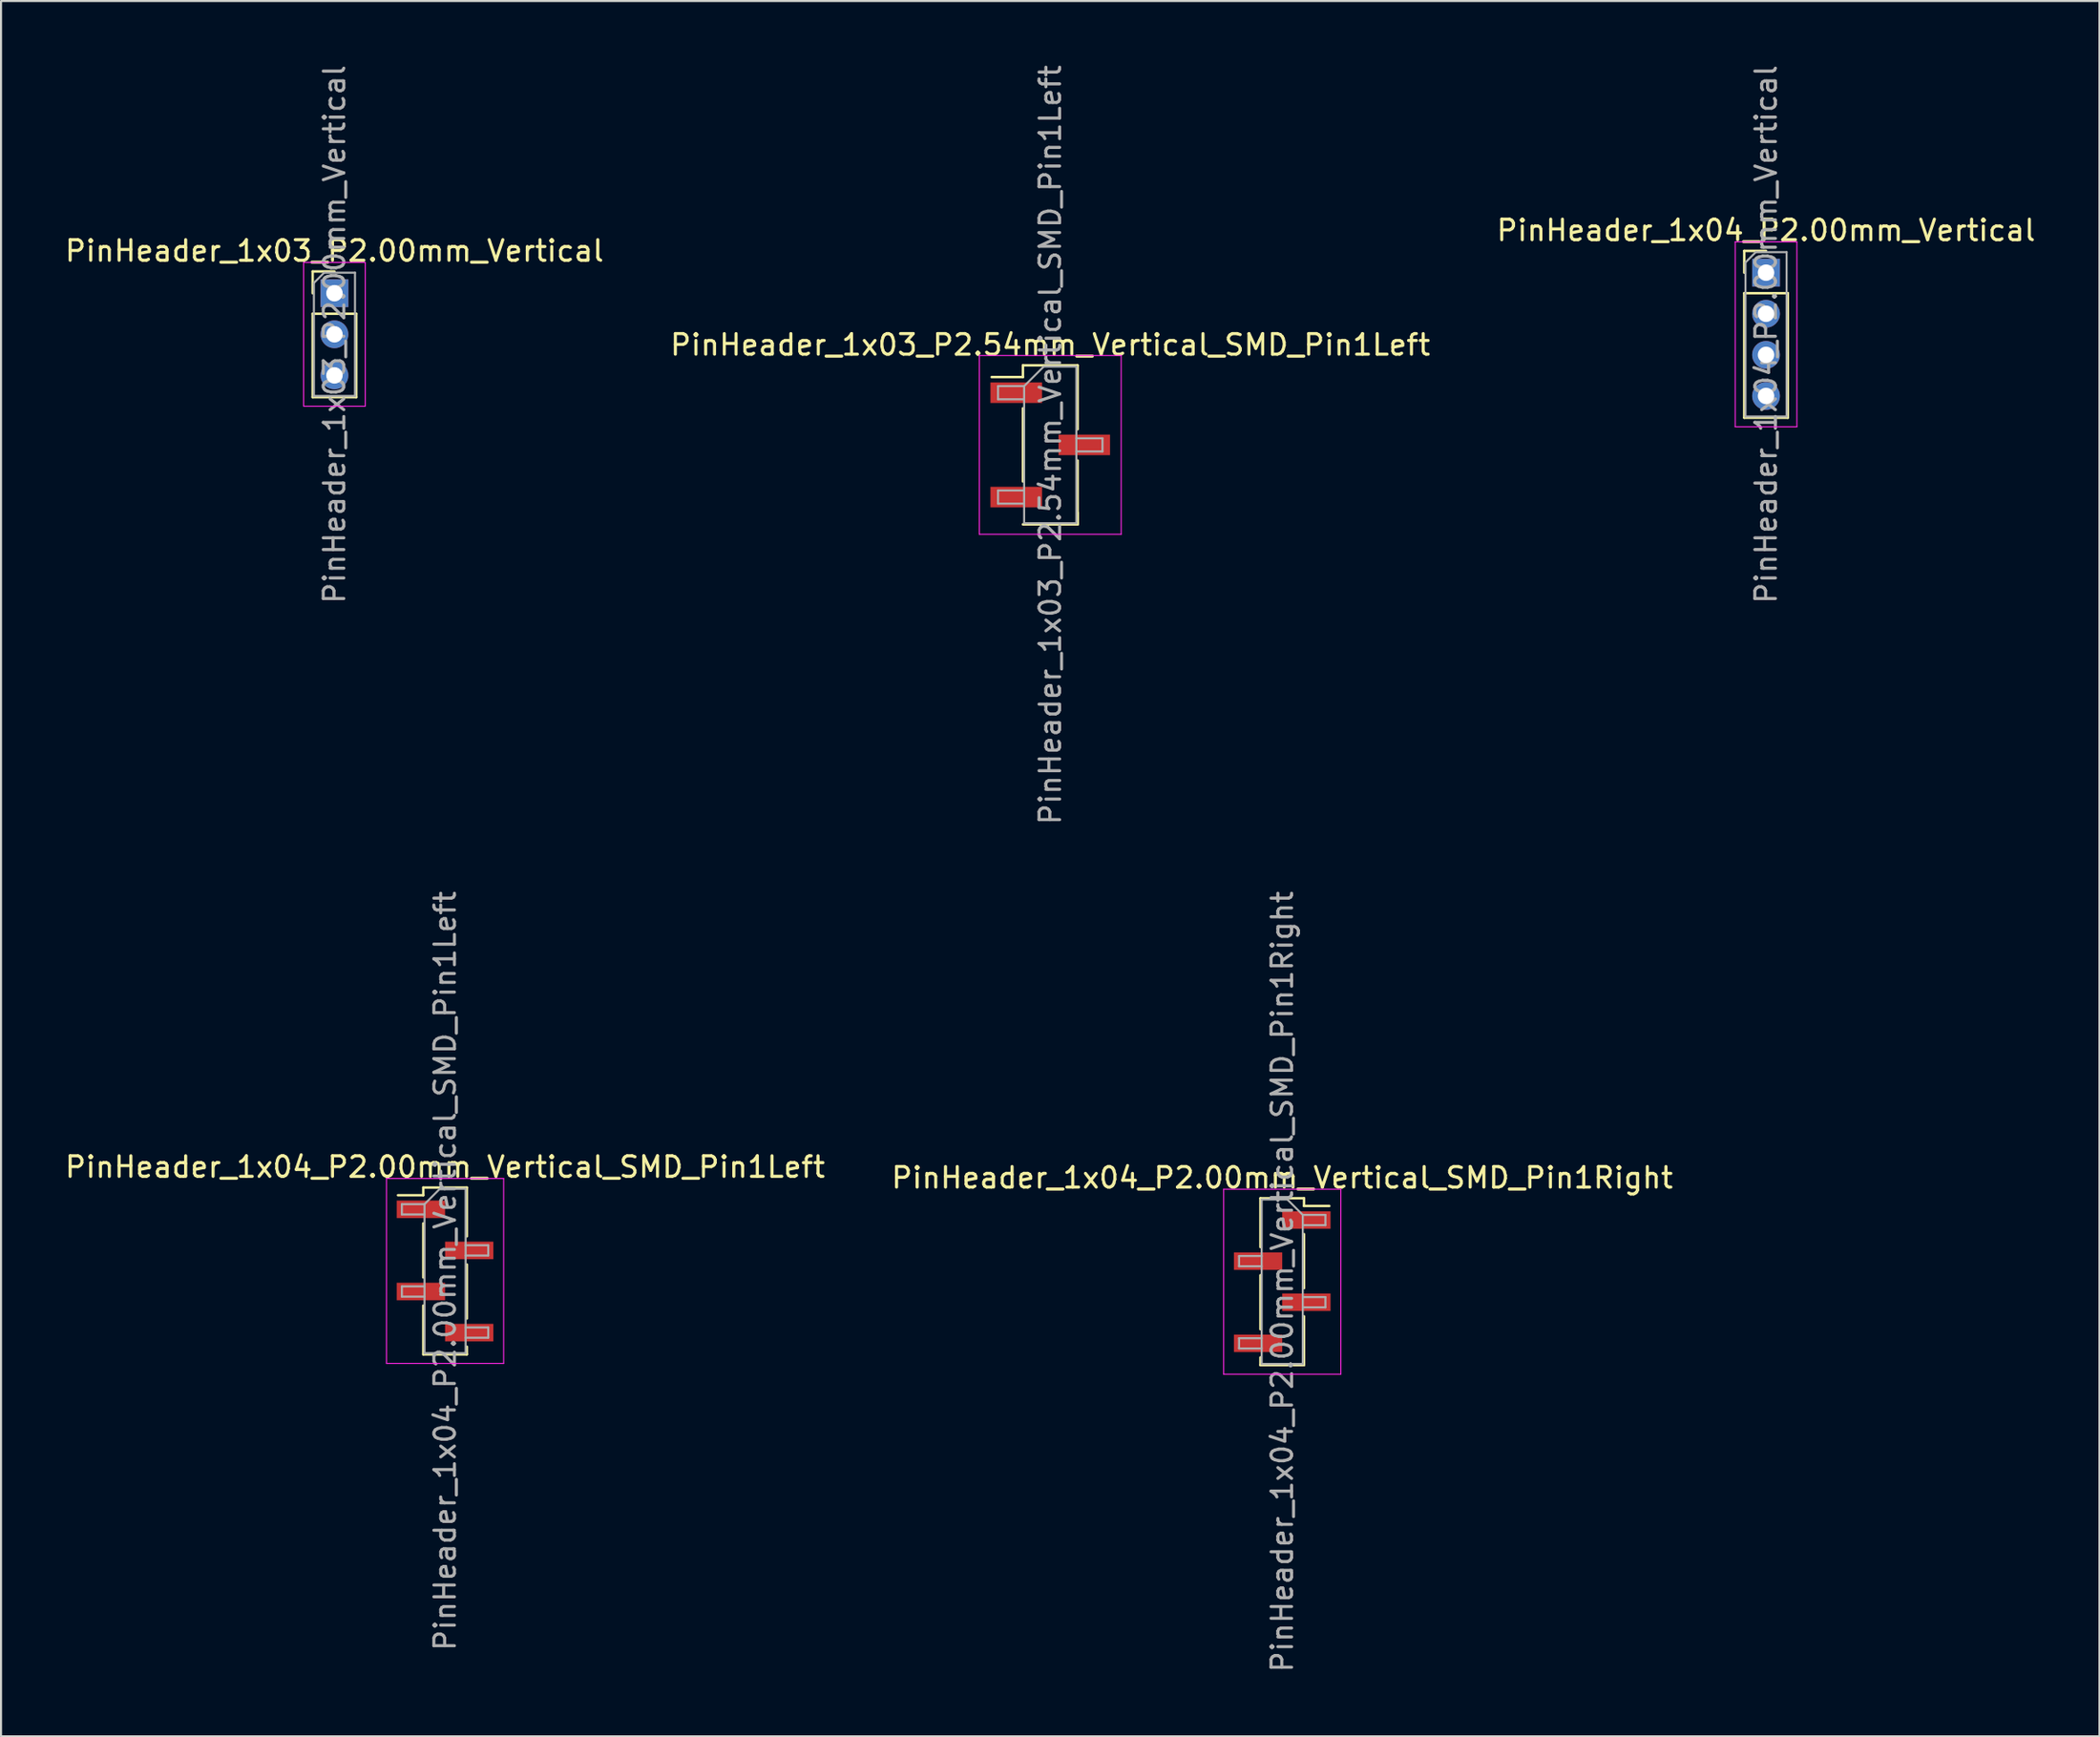
<source format=kicad_pcb>
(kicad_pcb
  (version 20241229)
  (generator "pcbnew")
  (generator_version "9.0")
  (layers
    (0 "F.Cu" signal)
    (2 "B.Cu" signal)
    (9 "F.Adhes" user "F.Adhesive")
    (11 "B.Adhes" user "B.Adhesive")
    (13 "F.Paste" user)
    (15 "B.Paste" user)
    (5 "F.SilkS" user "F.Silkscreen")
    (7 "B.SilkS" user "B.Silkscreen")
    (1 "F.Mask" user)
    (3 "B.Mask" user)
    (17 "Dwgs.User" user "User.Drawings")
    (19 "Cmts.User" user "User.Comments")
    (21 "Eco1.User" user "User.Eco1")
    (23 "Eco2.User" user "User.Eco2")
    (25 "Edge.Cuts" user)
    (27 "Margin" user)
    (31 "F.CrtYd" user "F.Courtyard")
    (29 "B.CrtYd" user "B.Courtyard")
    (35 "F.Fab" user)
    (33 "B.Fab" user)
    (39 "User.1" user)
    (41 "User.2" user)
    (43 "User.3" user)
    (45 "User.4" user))
  (footprint "PinHeader_1x03_P2.00mm_Vertical"
    (layer "F.Cu")
    (at 13.22 11.22)
    (property "Reference" "PinHeader_1x03_P2.00mm_Vertical" (at 0 -2.06 0) (layer "F.SilkS") (effects (font (size 1 1) (thickness 0.15))))
    (attr through_hole)
    (fp_line (start -1.06 -1.06) (end 0 -1.06) (stroke (width 0.12) (type solid)) (layer "F.SilkS"))
    (fp_line (start -1.06 0) (end -1.06 -1.06) (stroke (width 0.12) (type solid)) (layer "F.SilkS"))
    (fp_line (start -1.06 1) (end -1.06 5.06) (stroke (width 0.12) (type solid)) (layer "F.SilkS"))
    (fp_line (start -1.06 1) (end 1.06 1) (stroke (width 0.12) (type solid)) (layer "F.SilkS"))
    (fp_line (start -1.06 5.06) (end 1.06 5.06) (stroke (width 0.12) (type solid)) (layer "F.SilkS"))
    (fp_line (start 1.06 1) (end 1.06 5.06) (stroke (width 0.12) (type solid)) (layer "F.SilkS"))
    (fp_line (start -1.5 -1.5) (end -1.5 5.5) (stroke (width 0.05) (type solid)) (layer "F.CrtYd"))
    (fp_line (start -1.5 5.5) (end 1.5 5.5) (stroke (width 0.05) (type solid)) (layer "F.CrtYd"))
    (fp_line (start 1.5 -1.5) (end -1.5 -1.5) (stroke (width 0.05) (type solid)) (layer "F.CrtYd"))
    (fp_line (start 1.5 5.5) (end 1.5 -1.5) (stroke (width 0.05) (type solid)) (layer "F.CrtYd"))
    (fp_line (start -1 -0.5) (end -0.5 -1) (stroke (width 0.1) (type solid)) (layer "F.Fab"))
    (fp_line (start -1 5) (end -1 -0.5) (stroke (width 0.1) (type solid)) (layer "F.Fab"))
    (fp_line (start -0.5 -1) (end 1 -1) (stroke (width 0.1) (type solid)) (layer "F.Fab"))
    (fp_line (start 1 -1) (end 1 5) (stroke (width 0.1) (type solid)) (layer "F.Fab"))
    (fp_line (start 1 5) (end -1 5) (stroke (width 0.1) (type solid)) (layer "F.Fab"))
    (fp_text user "${REFERENCE}" (at 0 2 90) (layer "F.Fab") (effects (font (size 1 1) (thickness 0.15))))
    (pad "1" thru_hole rect (at 0 0) (size 1.35 1.35) (drill 0.8) (layers "*.Cu" "*.Mask"))
    (pad "2" thru_hole oval (at 0 2) (size 1.35 1.35) (drill 0.8) (layers "*.Cu" "*.Mask"))
    (pad "3" thru_hole oval (at 0 4) (size 1.35 1.35) (drill 0.8) (layers "*.Cu" "*.Mask")))
  (footprint "PinHeader_1x04_P2.00mm_Vertical_SMD_Pin1Right"
    (layer "F.Cu")
    (at 59.327 59.327)
    (property "Reference" "PinHeader_1x04_P2.00mm_Vertical_SMD_Pin1Right" (at 0 -5.06 0) (layer "F.SilkS") (effects (font (size 1 1) (thickness 0.15))))
    (attr smd)
    (fp_line (start -1.06 -4.06) (end -1.06 -1.685) (stroke (width 0.12) (type solid)) (layer "F.SilkS"))
    (fp_line (start -1.06 -4.06) (end 1.06 -4.06) (stroke (width 0.12) (type solid)) (layer "F.SilkS"))
    (fp_line (start -1.06 -0.315) (end -1.06 2.315) (stroke (width 0.12) (type solid)) (layer "F.SilkS"))
    (fp_line (start -1.06 3.685) (end -1.06 4.06) (stroke (width 0.12) (type solid)) (layer "F.SilkS"))
    (fp_line (start -1.06 4.06) (end 1.06 4.06) (stroke (width 0.12) (type solid)) (layer "F.SilkS"))
    (fp_line (start 1.06 -4.06) (end 1.06 -3.685) (stroke (width 0.12) (type solid)) (layer "F.SilkS"))
    (fp_line (start 1.06 -3.685) (end 2.29 -3.685) (stroke (width 0.12) (type solid)) (layer "F.SilkS"))
    (fp_line (start 1.06 -2.315) (end 1.06 0.315) (stroke (width 0.12) (type solid)) (layer "F.SilkS"))
    (fp_line (start 1.06 1.685) (end 1.06 4.06) (stroke (width 0.12) (type solid)) (layer "F.SilkS"))
    (fp_line (start -2.85 -4.5) (end -2.85 4.5) (stroke (width 0.05) (type solid)) (layer "F.CrtYd"))
    (fp_line (start -2.85 4.5) (end 2.85 4.5) (stroke (width 0.05) (type solid)) (layer "F.CrtYd"))
    (fp_line (start 2.85 -4.5) (end -2.85 -4.5) (stroke (width 0.05) (type solid)) (layer "F.CrtYd"))
    (fp_line (start 2.85 4.5) (end 2.85 -4.5) (stroke (width 0.05) (type solid)) (layer "F.CrtYd"))
    (fp_line (start -2.1 -1.25) (end -2.1 -0.75) (stroke (width 0.1) (type solid)) (layer "F.Fab"))
    (fp_line (start -2.1 -0.75) (end -1 -0.75) (stroke (width 0.1) (type solid)) (layer "F.Fab"))
    (fp_line (start -2.1 2.75) (end -2.1 3.25) (stroke (width 0.1) (type solid)) (layer "F.Fab"))
    (fp_line (start -2.1 3.25) (end -1 3.25) (stroke (width 0.1) (type solid)) (layer "F.Fab"))
    (fp_line (start -1 -4) (end -1 4) (stroke (width 0.1) (type solid)) (layer "F.Fab"))
    (fp_line (start -1 -4) (end 0.25 -4) (stroke (width 0.1) (type solid)) (layer "F.Fab"))
    (fp_line (start -1 -1.25) (end -2.1 -1.25) (stroke (width 0.1) (type solid)) (layer "F.Fab"))
    (fp_line (start -1 2.75) (end -2.1 2.75) (stroke (width 0.1) (type solid)) (layer "F.Fab"))
    (fp_line (start 1 -3.25) (end 0.25 -4) (stroke (width 0.1) (type solid)) (layer "F.Fab"))
    (fp_line (start 1 -3.25) (end 2.1 -3.25) (stroke (width 0.1) (type solid)) (layer "F.Fab"))
    (fp_line (start 1 0.75) (end 2.1 0.75) (stroke (width 0.1) (type solid)) (layer "F.Fab"))
    (fp_line (start 1 4) (end -1 4) (stroke (width 0.1) (type solid)) (layer "F.Fab"))
    (fp_line (start 1 4) (end 1 -3.25) (stroke (width 0.1) (type solid)) (layer "F.Fab"))
    (fp_line (start 2.1 -3.25) (end 2.1 -2.75) (stroke (width 0.1) (type solid)) (layer "F.Fab"))
    (fp_line (start 2.1 -2.75) (end 1 -2.75) (stroke (width 0.1) (type solid)) (layer "F.Fab"))
    (fp_line (start 2.1 0.75) (end 2.1 1.25) (stroke (width 0.1) (type solid)) (layer "F.Fab"))
    (fp_line (start 2.1 1.25) (end 1 1.25) (stroke (width 0.1) (type solid)) (layer "F.Fab"))
    (fp_text user "${REFERENCE}" (at 0 0 90) (layer "F.Fab") (effects (font (size 1 1) (thickness 0.15))))
    (pad "1" smd rect (at 1.175 -3) (size 2.35 0.85) (layers "F.Cu" "F.Mask" "F.Paste"))
    (pad "2" smd rect (at -1.175 -1) (size 2.35 0.85) (layers "F.Cu" "F.Mask" "F.Paste"))
    (pad "3" smd rect (at 1.175 1) (size 2.35 0.85) (layers "F.Cu" "F.Mask" "F.Paste"))
    (pad "4" smd rect (at -1.175 3) (size 2.35 0.85) (layers "F.Cu" "F.Mask" "F.Paste")))
  (footprint "PinHeader_1x04_P2.00mm_Vertical_SMD_Pin1Left"
    (layer "F.Cu")
    (at 18.601 58.804)
    (property "Reference" "PinHeader_1x04_P2.00mm_Vertical_SMD_Pin1Left" (at 0 -5.06 0) (layer "F.SilkS") (effects (font (size 1 1) (thickness 0.15))))
    (attr smd)
    (fp_line (start -1.06 -4.06) (end -1.06 -3.685) (stroke (width 0.12) (type solid)) (layer "F.SilkS"))
    (fp_line (start -1.06 -4.06) (end 1.06 -4.06) (stroke (width 0.12) (type solid)) (layer "F.SilkS"))
    (fp_line (start -1.06 -3.685) (end -2.29 -3.685) (stroke (width 0.12) (type solid)) (layer "F.SilkS"))
    (fp_line (start -1.06 -2.315) (end -1.06 0.315) (stroke (width 0.12) (type solid)) (layer "F.SilkS"))
    (fp_line (start -1.06 1.685) (end -1.06 4.06) (stroke (width 0.12) (type solid)) (layer "F.SilkS"))
    (fp_line (start -1.06 4.06) (end 1.06 4.06) (stroke (width 0.12) (type solid)) (layer "F.SilkS"))
    (fp_line (start 1.06 -4.06) (end 1.06 -1.685) (stroke (width 0.12) (type solid)) (layer "F.SilkS"))
    (fp_line (start 1.06 -0.315) (end 1.06 2.315) (stroke (width 0.12) (type solid)) (layer "F.SilkS"))
    (fp_line (start 1.06 3.685) (end 1.06 4.06) (stroke (width 0.12) (type solid)) (layer "F.SilkS"))
    (fp_line (start -2.85 -4.5) (end -2.85 4.5) (stroke (width 0.05) (type solid)) (layer "F.CrtYd"))
    (fp_line (start -2.85 4.5) (end 2.85 4.5) (stroke (width 0.05) (type solid)) (layer "F.CrtYd"))
    (fp_line (start 2.85 -4.5) (end -2.85 -4.5) (stroke (width 0.05) (type solid)) (layer "F.CrtYd"))
    (fp_line (start 2.85 4.5) (end 2.85 -4.5) (stroke (width 0.05) (type solid)) (layer "F.CrtYd"))
    (fp_line (start -2.1 -3.25) (end -2.1 -2.75) (stroke (width 0.1) (type solid)) (layer "F.Fab"))
    (fp_line (start -2.1 -2.75) (end -1 -2.75) (stroke (width 0.1) (type solid)) (layer "F.Fab"))
    (fp_line (start -2.1 0.75) (end -2.1 1.25) (stroke (width 0.1) (type solid)) (layer "F.Fab"))
    (fp_line (start -2.1 1.25) (end -1 1.25) (stroke (width 0.1) (type solid)) (layer "F.Fab"))
    (fp_line (start -1 -3.25) (end -2.1 -3.25) (stroke (width 0.1) (type solid)) (layer "F.Fab"))
    (fp_line (start -1 -3.25) (end -0.25 -4) (stroke (width 0.1) (type solid)) (layer "F.Fab"))
    (fp_line (start -1 0.75) (end -2.1 0.75) (stroke (width 0.1) (type solid)) (layer "F.Fab"))
    (fp_line (start -1 4) (end -1 -3.25) (stroke (width 0.1) (type solid)) (layer "F.Fab"))
    (fp_line (start -0.25 -4) (end 1 -4) (stroke (width 0.1) (type solid)) (layer "F.Fab"))
    (fp_line (start 1 -4) (end 1 4) (stroke (width 0.1) (type solid)) (layer "F.Fab"))
    (fp_line (start 1 -1.25) (end 2.1 -1.25) (stroke (width 0.1) (type solid)) (layer "F.Fab"))
    (fp_line (start 1 2.75) (end 2.1 2.75) (stroke (width 0.1) (type solid)) (layer "F.Fab"))
    (fp_line (start 1 4) (end -1 4) (stroke (width 0.1) (type solid)) (layer "F.Fab"))
    (fp_line (start 2.1 -1.25) (end 2.1 -0.75) (stroke (width 0.1) (type solid)) (layer "F.Fab"))
    (fp_line (start 2.1 -0.75) (end 1 -0.75) (stroke (width 0.1) (type solid)) (layer "F.Fab"))
    (fp_line (start 2.1 2.75) (end 2.1 3.25) (stroke (width 0.1) (type solid)) (layer "F.Fab"))
    (fp_line (start 2.1 3.25) (end 1 3.25) (stroke (width 0.1) (type solid)) (layer "F.Fab"))
    (fp_text user "${REFERENCE}" (at 0 0 90) (layer "F.Fab") (effects (font (size 1 1) (thickness 0.15))))
    (pad "1" smd rect (at -1.175 -3) (size 2.35 0.85) (layers "F.Cu" "F.Mask" "F.Paste"))
    (pad "2" smd rect (at 1.175 -1) (size 2.35 0.85) (layers "F.Cu" "F.Mask" "F.Paste"))
    (pad "3" smd rect (at -1.175 1) (size 2.35 0.85) (layers "F.Cu" "F.Mask" "F.Paste"))
    (pad "4" smd rect (at 1.175 3) (size 2.35 0.85) (layers "F.Cu" "F.Mask" "F.Paste")))
  (footprint "PinHeader_1x04_P2.00mm_Vertical"
    (layer "F.Cu")
    (at 82.863 10.22)
    (property "Reference" "PinHeader_1x04_P2.00mm_Vertical" (at 0 -2.06 0) (layer "F.SilkS") (effects (font (size 1 1) (thickness 0.15))))
    (attr through_hole)
    (fp_line (start -1.06 -1.06) (end 0 -1.06) (stroke (width 0.12) (type solid)) (layer "F.SilkS"))
    (fp_line (start -1.06 0) (end -1.06 -1.06) (stroke (width 0.12) (type solid)) (layer "F.SilkS"))
    (fp_line (start -1.06 1) (end -1.06 7.06) (stroke (width 0.12) (type solid)) (layer "F.SilkS"))
    (fp_line (start -1.06 1) (end 1.06 1) (stroke (width 0.12) (type solid)) (layer "F.SilkS"))
    (fp_line (start -1.06 7.06) (end 1.06 7.06) (stroke (width 0.12) (type solid)) (layer "F.SilkS"))
    (fp_line (start 1.06 1) (end 1.06 7.06) (stroke (width 0.12) (type solid)) (layer "F.SilkS"))
    (fp_line (start -1.5 -1.5) (end -1.5 7.5) (stroke (width 0.05) (type solid)) (layer "F.CrtYd"))
    (fp_line (start -1.5 7.5) (end 1.5 7.5) (stroke (width 0.05) (type solid)) (layer "F.CrtYd"))
    (fp_line (start 1.5 -1.5) (end -1.5 -1.5) (stroke (width 0.05) (type solid)) (layer "F.CrtYd"))
    (fp_line (start 1.5 7.5) (end 1.5 -1.5) (stroke (width 0.05) (type solid)) (layer "F.CrtYd"))
    (fp_line (start -1 -0.5) (end -0.5 -1) (stroke (width 0.1) (type solid)) (layer "F.Fab"))
    (fp_line (start -1 7) (end -1 -0.5) (stroke (width 0.1) (type solid)) (layer "F.Fab"))
    (fp_line (start -0.5 -1) (end 1 -1) (stroke (width 0.1) (type solid)) (layer "F.Fab"))
    (fp_line (start 1 -1) (end 1 7) (stroke (width 0.1) (type solid)) (layer "F.Fab"))
    (fp_line (start 1 7) (end -1 7) (stroke (width 0.1) (type solid)) (layer "F.Fab"))
    (fp_text user "${REFERENCE}" (at 0 3 90) (layer "F.Fab") (effects (font (size 1 1) (thickness 0.15))))
    (pad "1" thru_hole rect (at 0 0) (size 1.35 1.35) (drill 0.8) (layers "*.Cu" "*.Mask"))
    (pad "2" thru_hole oval (at 0 2) (size 1.35 1.35) (drill 0.8) (layers "*.Cu" "*.Mask"))
    (pad "3" thru_hole oval (at 0 4) (size 1.35 1.35) (drill 0.8) (layers "*.Cu" "*.Mask"))
    (pad "4" thru_hole oval (at 0 6) (size 1.35 1.35) (drill 0.8) (layers "*.Cu" "*.Mask")))
  (footprint "PinHeader_1x03_P2.54mm_Vertical_SMD_Pin1Left"
    (layer "F.Cu")
    (at 48.042 18.601)
    (property "Reference" "PinHeader_1x03_P2.54mm_Vertical_SMD_Pin1Left" (at 0 -4.87 0) (layer "F.SilkS") (effects (font (size 1 1) (thickness 0.15))))
    (attr smd)
    (fp_line (start -1.33 -3.87) (end -1.33 -3.3) (stroke (width 0.12) (type solid)) (layer "F.SilkS"))
    (fp_line (start -1.33 -3.87) (end 1.33 -3.87) (stroke (width 0.12) (type solid)) (layer "F.SilkS"))
    (fp_line (start -1.33 -3.3) (end -2.85 -3.3) (stroke (width 0.12) (type solid)) (layer "F.SilkS"))
    (fp_line (start -1.33 -1.78) (end -1.33 1.78) (stroke (width 0.12) (type solid)) (layer "F.SilkS"))
    (fp_line (start -1.33 3.87) (end 1.33 3.87) (stroke (width 0.12) (type solid)) (layer "F.SilkS"))
    (fp_line (start 1.33 -3.87) (end 1.33 -0.76) (stroke (width 0.12) (type solid)) (layer "F.SilkS"))
    (fp_line (start 1.33 0.76) (end 1.33 3.87) (stroke (width 0.12) (type solid)) (layer "F.SilkS"))
    (fp_line (start 1.33 3.3) (end 1.33 3.87) (stroke (width 0.12) (type solid)) (layer "F.SilkS"))
    (fp_line (start -3.45 -4.35) (end -3.45 4.35) (stroke (width 0.05) (type solid)) (layer "F.CrtYd"))
    (fp_line (start -3.45 4.35) (end 3.45 4.35) (stroke (width 0.05) (type solid)) (layer "F.CrtYd"))
    (fp_line (start 3.45 -4.35) (end -3.45 -4.35) (stroke (width 0.05) (type solid)) (layer "F.CrtYd"))
    (fp_line (start 3.45 4.35) (end 3.45 -4.35) (stroke (width 0.05) (type solid)) (layer "F.CrtYd"))
    (fp_line (start -2.54 -2.86) (end -2.54 -2.22) (stroke (width 0.1) (type solid)) (layer "F.Fab"))
    (fp_line (start -2.54 -2.22) (end -1.27 -2.22) (stroke (width 0.1) (type solid)) (layer "F.Fab"))
    (fp_line (start -2.54 2.22) (end -2.54 2.86) (stroke (width 0.1) (type solid)) (layer "F.Fab"))
    (fp_line (start -2.54 2.86) (end -1.27 2.86) (stroke (width 0.1) (type solid)) (layer "F.Fab"))
    (fp_line (start -1.27 -2.86) (end -2.54 -2.86) (stroke (width 0.1) (type solid)) (layer "F.Fab"))
    (fp_line (start -1.27 -2.86) (end -0.32 -3.81) (stroke (width 0.1) (type solid)) (layer "F.Fab"))
    (fp_line (start -1.27 2.22) (end -2.54 2.22) (stroke (width 0.1) (type solid)) (layer "F.Fab"))
    (fp_line (start -1.27 3.81) (end -1.27 -2.86) (stroke (width 0.1) (type solid)) (layer "F.Fab"))
    (fp_line (start -0.32 -3.81) (end 1.27 -3.81) (stroke (width 0.1) (type solid)) (layer "F.Fab"))
    (fp_line (start 1.27 -3.81) (end 1.27 3.81) (stroke (width 0.1) (type solid)) (layer "F.Fab"))
    (fp_line (start 1.27 -0.32) (end 2.54 -0.32) (stroke (width 0.1) (type solid)) (layer "F.Fab"))
    (fp_line (start 1.27 3.81) (end -1.27 3.81) (stroke (width 0.1) (type solid)) (layer "F.Fab"))
    (fp_line (start 2.54 -0.32) (end 2.54 0.32) (stroke (width 0.1) (type solid)) (layer "F.Fab"))
    (fp_line (start 2.54 0.32) (end 1.27 0.32) (stroke (width 0.1) (type solid)) (layer "F.Fab"))
    (fp_text user "${REFERENCE}" (at 0 0 90) (layer "F.Fab") (effects (font (size 1 1) (thickness 0.15))))
    (pad "1" smd rect (at -1.655 -2.54) (size 2.51 1) (layers "F.Cu" "F.Mask" "F.Paste"))
    (pad "2" smd rect (at 1.655 0) (size 2.51 1) (layers "F.Cu" "F.Mask" "F.Paste"))
    (pad "3" smd rect (at -1.655 2.54) (size 2.51 1) (layers "F.Cu" "F.Mask" "F.Paste")))
  (gr_rect
    (start -3 -3)
    (end 99.083 81.452)
    (stroke (width 0.1) (type default))
    (fill no)
    (layer "Edge.Cuts")))
</source>
